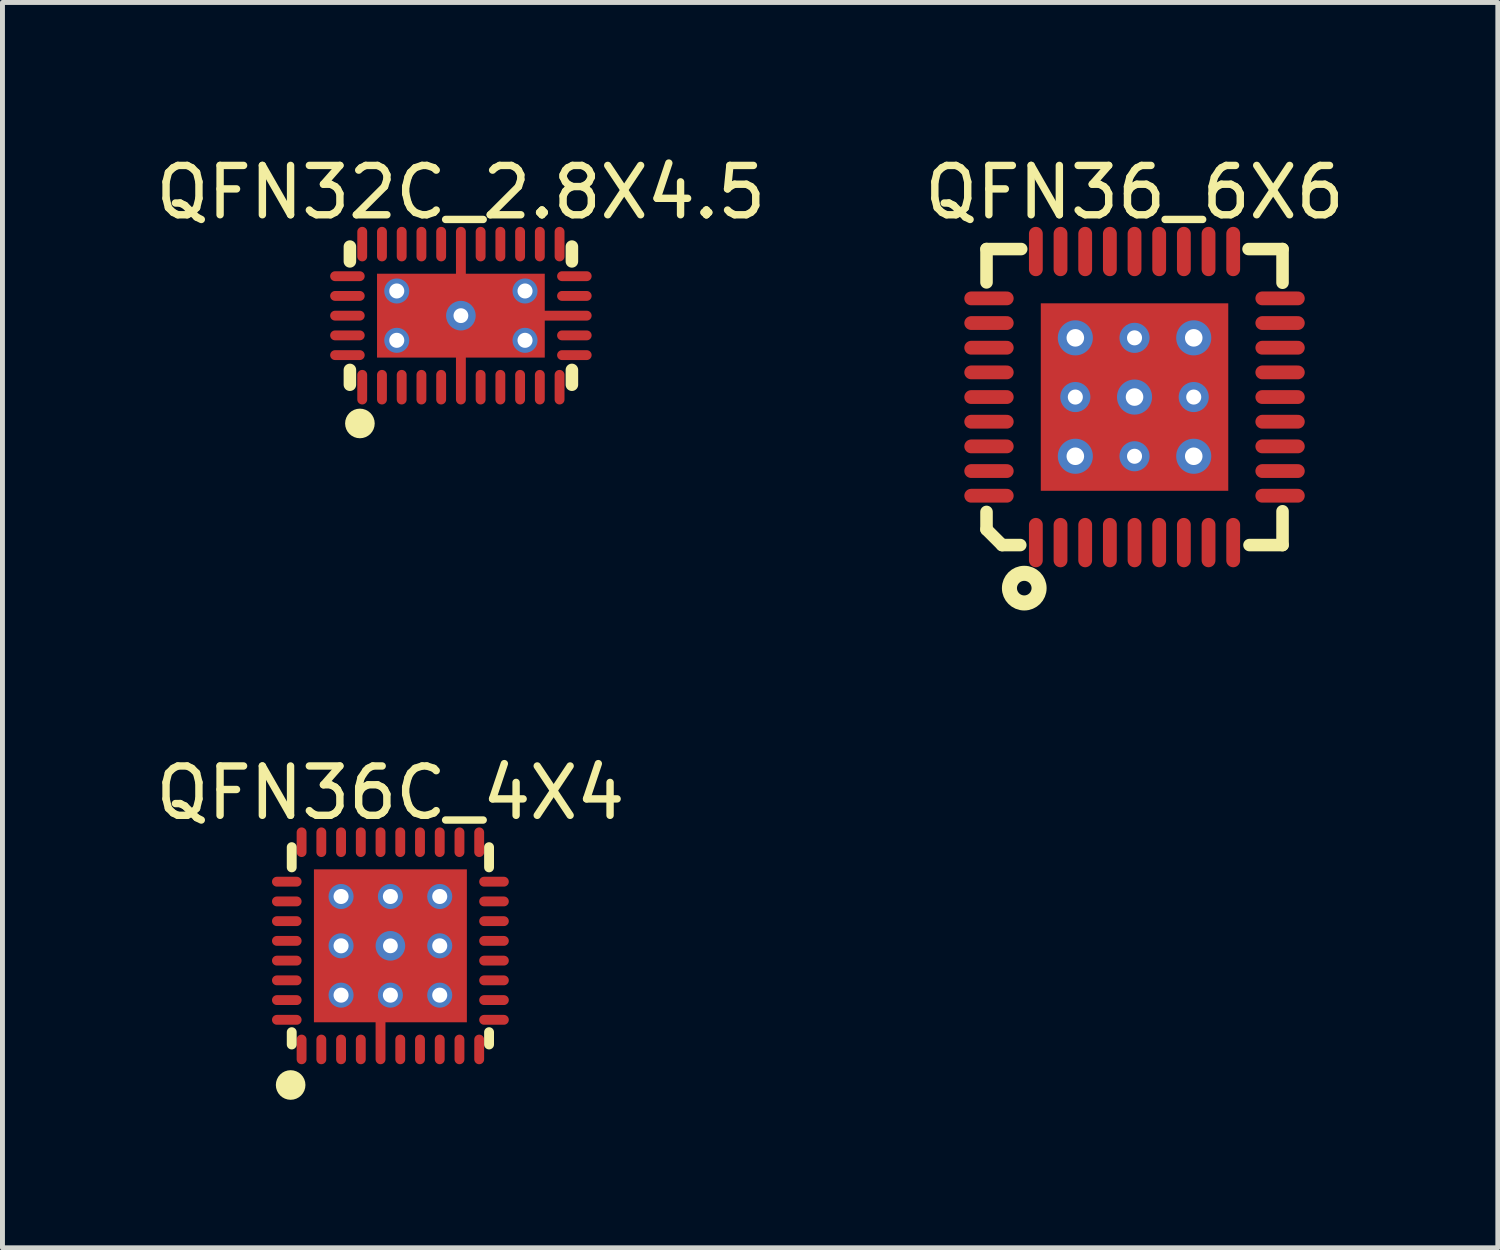
<source format=kicad_pcb>
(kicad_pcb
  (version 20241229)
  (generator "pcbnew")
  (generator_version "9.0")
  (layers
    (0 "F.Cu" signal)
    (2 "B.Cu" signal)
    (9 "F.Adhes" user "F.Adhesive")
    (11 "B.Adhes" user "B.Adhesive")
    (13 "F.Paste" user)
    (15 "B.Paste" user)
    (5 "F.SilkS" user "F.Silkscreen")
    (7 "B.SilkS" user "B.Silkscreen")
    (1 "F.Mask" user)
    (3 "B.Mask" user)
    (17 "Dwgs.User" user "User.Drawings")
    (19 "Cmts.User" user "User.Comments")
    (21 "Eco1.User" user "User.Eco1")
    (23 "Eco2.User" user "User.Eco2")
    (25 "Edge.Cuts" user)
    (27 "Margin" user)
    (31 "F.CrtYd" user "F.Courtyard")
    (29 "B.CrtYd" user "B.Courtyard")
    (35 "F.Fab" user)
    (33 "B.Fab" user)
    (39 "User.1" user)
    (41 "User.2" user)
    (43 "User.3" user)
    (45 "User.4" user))
  (footprint "QFN32C_2.8X4.5"
    (layer "F.Cu")
    (at 6.292 3.348)
    (property "Reference" "QFN32C_2.8X4.5" (at 0 -2.5 0) (layer "F.SilkS") (effects (font (size 1 1) (thickness 0.15))))
    (fp_line (start -2.25 -1.1) (end -2.25 -1.4) (stroke (width 0.254) (type solid)) (layer "F.SilkS"))
    (fp_line (start -2.25 1.4) (end -2.25 1.1) (stroke (width 0.254) (type solid)) (layer "F.SilkS"))
    (fp_line (start 2.25 -1.1) (end 2.25 -1.4) (stroke (width 0.254) (type solid)) (layer "F.SilkS"))
    (fp_line (start 2.25 1.4) (end 2.25 1.1) (stroke (width 0.254) (type solid)) (layer "F.SilkS"))
    (fp_circle (center -2.047 2.185) (end -2.047 2.035) (stroke (width 0.3) (type solid)) (fill no) (layer "F.SilkS"))
    (fp_line (start -2.25 -1.4) (end 2.25 -1.4) (stroke (width 0.2) (type solid)) (layer "Eco2.User"))
    (fp_line (start -2.25 1.4) (end -2.25 -1.4) (stroke (width 0.2) (type solid)) (layer "Eco2.User"))
    (fp_line (start -2.25 1.4) (end 2.25 1.4) (stroke (width 0.2) (type solid)) (layer "Eco2.User"))
    (fp_line (start 2.25 1.4) (end 2.25 -1.4) (stroke (width 0.2) (type solid)) (layer "Eco2.User"))
    (pad "0" thru_hole circle (at -1.3 -0.5) (size 0.508 0.508) (drill 0.305) (layers "*.Cu"))
    (pad "0" thru_hole circle (at -1.3 0.5) (size 0.508 0.508) (drill 0.305) (layers "*.Cu"))
    (pad "0" thru_hole circle (at 0 0 90) (size 0.6 0.6) (drill 0.3) (layers "*.Cu" "*.Mask"))
    (pad "0" smd rect (at 0 0 90) (size 1.7 3.4) (layers "F.Cu" "F.Mask" "F.Paste"))
    (pad "0" thru_hole circle (at 1.3 -0.5) (size 0.508 0.508) (drill 0.305) (layers "*.Cu"))
    (pad "0" thru_hole circle (at 1.3 0.5) (size 0.508 0.508) (drill 0.305) (layers "*.Cu"))
    (pad "1" smd oval (at -2 1.45 180) (size 0.2 0.7) (layers "F.Cu" "F.Mask" "F.Paste"))
    (pad "2" smd oval (at -1.6 1.45 180) (size 0.2 0.7) (layers "F.Cu" "F.Mask" "F.Paste"))
    (pad "3" smd oval (at -1.2 1.45 180) (size 0.2 0.7) (layers "F.Cu" "F.Mask" "F.Paste"))
    (pad "4" smd oval (at -0.8 1.45 180) (size 0.2 0.7) (layers "F.Cu" "F.Mask" "F.Paste"))
    (pad "5" smd oval (at -0.4 1.45 180) (size 0.2 0.7) (layers "F.Cu" "F.Mask" "F.Paste"))
    (pad "6" smd oval (at 0 1.05 180) (size 0.2 1.5) (layers "F.Cu" "F.Mask" "F.Paste"))
    (pad "7" smd oval (at 0.4 1.45 180) (size 0.2 0.7) (layers "F.Cu" "F.Mask" "F.Paste"))
    (pad "8" smd oval (at 0.8 1.45 180) (size 0.2 0.7) (layers "F.Cu" "F.Mask" "F.Paste"))
    (pad "9" smd oval (at 1.2 1.45 180) (size 0.2 0.7) (layers "F.Cu" "F.Mask" "F.Paste"))
    (pad "10" smd oval (at 1.6 1.45 180) (size 0.2 0.7) (layers "F.Cu" "F.Mask" "F.Paste"))
    (pad "11" smd oval (at 2 1.45 180) (size 0.2 0.7) (layers "F.Cu" "F.Mask" "F.Paste"))
    (pad "12" smd oval (at 2.3 0.8 270) (size 0.2 0.7) (layers "F.Cu" "F.Mask" "F.Paste"))
    (pad "13" smd oval (at 2.3 0.4 270) (size 0.2 0.7) (layers "F.Cu" "F.Mask" "F.Paste"))
    (pad "14" smd oval (at 1.9 0 270) (size 0.2 1.5) (layers "F.Cu" "F.Mask" "F.Paste"))
    (pad "15" smd oval (at 2.3 -0.4 270) (size 0.2 0.7) (layers "F.Cu" "F.Mask" "F.Paste"))
    (pad "16" smd oval (at 2.3 -0.8 270) (size 0.2 0.7) (layers "F.Cu" "F.Mask" "F.Paste"))
    (pad "17" smd oval (at 2 -1.45) (size 0.2 0.7) (layers "F.Cu" "F.Mask" "F.Paste"))
    (pad "18" smd oval (at 1.6 -1.45) (size 0.2 0.7) (layers "F.Cu" "F.Mask" "F.Paste"))
    (pad "19" smd oval (at 1.2 -1.45) (size 0.2 0.7) (layers "F.Cu" "F.Mask" "F.Paste"))
    (pad "20" smd oval (at 0.8 -1.45) (size 0.2 0.7) (layers "F.Cu" "F.Mask" "F.Paste"))
    (pad "21" smd oval (at 0.4 -1.45) (size 0.2 0.7) (layers "F.Cu" "F.Mask" "F.Paste"))
    (pad "22" smd oval (at -0.00001 -1.05) (size 0.2 1.5) (layers "F.Cu" "F.Mask" "F.Paste"))
    (pad "23" smd oval (at -0.4 -1.45) (size 0.2 0.7) (layers "F.Cu" "F.Mask" "F.Paste"))
    (pad "24" smd oval (at -0.8 -1.45) (size 0.2 0.7) (layers "F.Cu" "F.Mask" "F.Paste"))
    (pad "25" smd oval (at -1.2 -1.45) (size 0.2 0.7) (layers "F.Cu" "F.Mask" "F.Paste"))
    (pad "26" smd oval (at -1.6 -1.45) (size 0.2 0.7) (layers "F.Cu" "F.Mask" "F.Paste"))
    (pad "27" smd oval (at -2 -1.45) (size 0.2 0.7) (layers "F.Cu" "F.Mask" "F.Paste"))
    (pad "28" smd oval (at -2.3 -0.8 90) (size 0.2 0.7) (layers "F.Cu" "F.Mask" "F.Paste"))
    (pad "29" smd oval (at -2.3 -0.4 90) (size 0.2 0.7) (layers "F.Cu" "F.Mask" "F.Paste"))
    (pad "30" smd oval (at -2.3 0 90) (size 0.2 0.7) (layers "F.Cu" "F.Mask" "F.Paste"))
    (pad "31" smd oval (at -2.3 0.4 90) (size 0.2 0.7) (layers "F.Cu" "F.Mask" "F.Paste"))
    (pad "32" smd oval (at -2.3 0.8 90) (size 0.2 0.7) (layers "F.Cu" "F.Mask" "F.Paste")))
  (footprint "QFN36_6X6"
    (layer "F.Cu")
    (at 19.946 4.998)
    (property "Reference" "QFN36_6X6" (at 0 -4.15 0) (layer "F.SilkS") (effects (font (size 1 1) (thickness 0.15))))
    (fp_line (start -3 -3) (end -2.297 -3) (stroke (width 0.254) (type solid)) (layer "F.SilkS"))
    (fp_line (start -3 -2.324) (end -3 -3) (stroke (width 0.254) (type solid)) (layer "F.SilkS"))
    (fp_line (start -3 2.684) (end -3 2.328) (stroke (width 0.254) (type solid)) (layer "F.SilkS"))
    (fp_line (start -3 2.684) (end -2.684 3) (stroke (width 0.254) (type solid)) (layer "F.SilkS"))
    (fp_line (start -2.684 3) (end -2.316 3) (stroke (width 0.254) (type solid)) (layer "F.SilkS"))
    (fp_line (start 2.311 -3) (end 3 -3) (stroke (width 0.254) (type solid)) (layer "F.SilkS"))
    (fp_line (start 2.33 3) (end 3 3) (stroke (width 0.254) (type solid)) (layer "F.SilkS"))
    (fp_line (start 3 -2.317) (end 3 -3) (stroke (width 0.254) (type solid)) (layer "F.SilkS"))
    (fp_line (start 3 3) (end 3 2.315) (stroke (width 0.254) (type solid)) (layer "F.SilkS"))
    (fp_circle (center -2.235 3.873) (end -2.235 3.725) (stroke (width 0.305) (type solid)) (fill no) (layer "F.SilkS"))
    (pad "0" thru_hole circle (at -1.2 0) (size 0.61 0.61) (drill 0.305) (layers "*.Cu"))
    (pad "0" thru_hole circle (at -1.2 1.2 90) (size 0.711 0.711) (drill 0.356) (layers "*.Cu" "*.Mask"))
    (pad "0" thru_hole circle (at -1.2 -1.2 90) (size 0.711 0.711) (drill 0.356) (layers "*.Cu" "*.Mask"))
    (pad "0" thru_hole circle (at 0 -1.2) (size 0.61 0.61) (drill 0.305) (layers "*.Cu"))
    (pad "0" thru_hole circle (at 0 0 90) (size 0.711 0.711) (drill 0.356) (layers "*.Cu" "*.Mask"))
    (pad "0" smd rect (at 0 0 90) (size 3.8 3.8) (layers "F.Cu" "F.Mask" "F.Paste"))
    (pad "0" thru_hole circle (at 0 1.2) (size 0.61 0.61) (drill 0.305) (layers "*.Cu"))
    (pad "0" thru_hole circle (at 1.2 -1.2 90) (size 0.711 0.711) (drill 0.356) (layers "*.Cu" "*.Mask"))
    (pad "0" thru_hole circle (at 1.2 0) (size 0.61 0.61) (drill 0.305) (layers "*.Cu"))
    (pad "0" thru_hole circle (at 1.2 1.2 90) (size 0.711 0.711) (drill 0.356) (layers "*.Cu" "*.Mask"))
    (pad "1" smd oval (at -2 2.95 90) (size 1 0.28) (layers "F.Cu" "F.Mask" "F.Paste"))
    (pad "2" smd oval (at -1.5 2.95 90) (size 1 0.28) (layers "F.Cu" "F.Mask" "F.Paste"))
    (pad "3" smd oval (at -1 2.95 90) (size 1 0.28) (layers "F.Cu" "F.Mask" "F.Paste"))
    (pad "4" smd oval (at -0.5 2.95 90) (size 1 0.28) (layers "F.Cu" "F.Mask" "F.Paste"))
    (pad "5" smd oval (at 0 2.95 90) (size 1 0.28) (layers "F.Cu" "F.Mask" "F.Paste"))
    (pad "6" smd oval (at 0.5 2.95 90) (size 1 0.28) (layers "F.Cu" "F.Mask" "F.Paste"))
    (pad "7" smd oval (at 1 2.95 90) (size 1 0.28) (layers "F.Cu" "F.Mask" "F.Paste"))
    (pad "8" smd oval (at 1.5 2.95 90) (size 1 0.28) (layers "F.Cu" "F.Mask" "F.Paste"))
    (pad "9" smd oval (at 2 2.95 90) (size 1 0.28) (layers "F.Cu" "F.Mask" "F.Paste"))
    (pad "10" smd oval (at 2.95 2 180) (size 1 0.28) (layers "F.Cu" "F.Mask" "F.Paste"))
    (pad "11" smd oval (at 2.95 1.5 180) (size 1 0.28) (layers "F.Cu" "F.Mask" "F.Paste"))
    (pad "12" smd oval (at 2.95 1 180) (size 1 0.28) (layers "F.Cu" "F.Mask" "F.Paste"))
    (pad "13" smd oval (at 2.95 0.5 180) (size 1 0.28) (layers "F.Cu" "F.Mask" "F.Paste"))
    (pad "14" smd oval (at 2.95 0 180) (size 1 0.28) (layers "F.Cu" "F.Mask" "F.Paste"))
    (pad "15" smd oval (at 2.95 -0.5 180) (size 1 0.28) (layers "F.Cu" "F.Mask" "F.Paste"))
    (pad "16" smd oval (at 2.95 -1 180) (size 1 0.28) (layers "F.Cu" "F.Mask" "F.Paste"))
    (pad "17" smd oval (at 2.95 -1.5 180) (size 1 0.28) (layers "F.Cu" "F.Mask" "F.Paste"))
    (pad "18" smd oval (at 2.95 -2 180) (size 1 0.28) (layers "F.Cu" "F.Mask" "F.Paste"))
    (pad "19" smd oval (at 2 -2.95 270) (size 1 0.28) (layers "F.Cu" "F.Mask" "F.Paste"))
    (pad "20" smd oval (at 1.5 -2.95 270) (size 1 0.28) (layers "F.Cu" "F.Mask" "F.Paste"))
    (pad "21" smd oval (at 1 -2.95 270) (size 1 0.28) (layers "F.Cu" "F.Mask" "F.Paste"))
    (pad "22" smd oval (at 0.5 -2.95 270) (size 1 0.28) (layers "F.Cu" "F.Mask" "F.Paste"))
    (pad "23" smd oval (at 0 -2.95 270) (size 1 0.28) (layers "F.Cu" "F.Mask" "F.Paste"))
    (pad "24" smd oval (at -0.5 -2.95 270) (size 1 0.28) (layers "F.Cu" "F.Mask" "F.Paste"))
    (pad "25" smd oval (at -1 -2.95 270) (size 1 0.28) (layers "F.Cu" "F.Mask" "F.Paste"))
    (pad "26" smd oval (at -1.5 -2.95 270) (size 1 0.28) (layers "F.Cu" "F.Mask" "F.Paste"))
    (pad "27" smd oval (at -2 -2.95 270) (size 1 0.28) (layers "F.Cu" "F.Mask" "F.Paste"))
    (pad "28" smd oval (at -2.95 -2) (size 1 0.28) (layers "F.Cu" "F.Mask" "F.Paste"))
    (pad "29" smd oval (at -2.95 -1.5) (size 1 0.28) (layers "F.Cu" "F.Mask" "F.Paste"))
    (pad "30" smd oval (at -2.95 -1) (size 1 0.28) (layers "F.Cu" "F.Mask" "F.Paste"))
    (pad "31" smd oval (at -2.95 -0.5) (size 1 0.28) (layers "F.Cu" "F.Mask" "F.Paste"))
    (pad "32" smd oval (at -2.95 0) (size 1 0.28) (layers "F.Cu" "F.Mask" "F.Paste"))
    (pad "33" smd oval (at -2.95 0.5) (size 1 0.28) (layers "F.Cu" "F.Mask" "F.Paste"))
    (pad "34" smd oval (at -2.95 1) (size 1 0.28) (layers "F.Cu" "F.Mask" "F.Paste"))
    (pad "35" smd oval (at -2.95 1.5) (size 1 0.28) (layers "F.Cu" "F.Mask" "F.Paste"))
    (pad "36" smd oval (at -2.95 2) (size 1 0.28) (layers "F.Cu" "F.Mask" "F.Paste")))
  (footprint "QFN36C_4X4"
    (layer "F.Cu")
    (at 4.863 16.121)
    (property "Reference" "QFN36C_4X4" (at 0 -3.1 0) (layer "F.SilkS") (effects (font (size 1 1) (thickness 0.15))))
    (fp_line (start -2 -1.59) (end -2 -2) (stroke (width 0.2) (type solid)) (layer "F.SilkS"))
    (fp_line (start -2 2) (end -2 1.75) (stroke (width 0.2) (type solid)) (layer "F.SilkS"))
    (fp_line (start 2 -1.59) (end 2 -2) (stroke (width 0.2) (type solid)) (layer "F.SilkS"))
    (fp_line (start 2 2) (end 2 1.75) (stroke (width 0.2) (type solid)) (layer "F.SilkS"))
    (fp_circle (center -2.022 2.821) (end -2.022 2.671) (stroke (width 0.3) (type solid)) (fill no) (layer "F.SilkS"))
    (fp_line (start -2 -2) (end 2 -2) (stroke (width 0.2) (type solid)) (layer "Eco2.User"))
    (fp_line (start -2 2) (end -2 -2) (stroke (width 0.2) (type solid)) (layer "Eco2.User"))
    (fp_line (start -2 2) (end 2 2) (stroke (width 0.2) (type solid)) (layer "Eco2.User"))
    (fp_line (start 2 2) (end 2 -2) (stroke (width 0.2) (type solid)) (layer "Eco2.User"))
    (pad "0" thru_hole circle (at -1 -1) (size 0.508 0.508) (drill 0.305) (layers "*.Cu"))
    (pad "0" thru_hole circle (at -1 0) (size 0.508 0.508) (drill 0.305) (layers "*.Cu"))
    (pad "0" thru_hole circle (at -1 1) (size 0.508 0.508) (drill 0.305) (layers "*.Cu"))
    (pad "0" thru_hole circle (at 0 -1) (size 0.508 0.508) (drill 0.305) (layers "*.Cu"))
    (pad "0" thru_hole circle (at 0 0 90) (size 0.6 0.6) (drill 0.3) (layers "*.Cu" "*.Mask"))
    (pad "0" smd rect (at 0 0 90) (size 3.1 3.1) (layers "F.Cu" "F.Mask" "F.Paste"))
    (pad "0" thru_hole circle (at 0 1) (size 0.508 0.508) (drill 0.305) (layers "*.Cu"))
    (pad "0" thru_hole circle (at 1 -1) (size 0.508 0.508) (drill 0.305) (layers "*.Cu"))
    (pad "0" thru_hole circle (at 1 0) (size 0.508 0.508) (drill 0.305) (layers "*.Cu"))
    (pad "0" thru_hole circle (at 1 1) (size 0.508 0.508) (drill 0.305) (layers "*.Cu"))
    (pad "1" smd oval (at -1.8 2.1 180) (size 0.2 0.6) (layers "F.Cu" "F.Mask" "F.Paste"))
    (pad "2" smd oval (at -1.4 2.1 180) (size 0.2 0.6) (layers "F.Cu" "F.Mask" "F.Paste"))
    (pad "3" smd oval (at -1 2.1 180) (size 0.2 0.6) (layers "F.Cu" "F.Mask" "F.Paste"))
    (pad "4" smd oval (at -0.6 2.1 180) (size 0.2 0.6) (layers "F.Cu" "F.Mask" "F.Paste"))
    (pad "5" smd oval (at -0.2 1.9 180) (size 0.2 1) (layers "F.Cu" "F.Mask" "F.Paste"))
    (pad "6" smd oval (at 0.2 2.1 180) (size 0.2 0.6) (layers "F.Cu" "F.Mask" "F.Paste"))
    (pad "7" smd oval (at 0.6 2.1 180) (size 0.2 0.6) (layers "F.Cu" "F.Mask" "F.Paste"))
    (pad "8" smd oval (at 1 2.1 180) (size 0.2 0.6) (layers "F.Cu" "F.Mask" "F.Paste"))
    (pad "9" smd oval (at 1.4 2.1 180) (size 0.2 0.6) (layers "F.Cu" "F.Mask" "F.Paste"))
    (pad "10" smd oval (at 1.8 2.1 180) (size 0.2 0.6) (layers "F.Cu" "F.Mask" "F.Paste"))
    (pad "11" smd oval (at 2.1 1.5 270) (size 0.2 0.6) (layers "F.Cu" "F.Mask" "F.Paste"))
    (pad "12" smd oval (at 2.1 1.1 270) (size 0.2 0.6) (layers "F.Cu" "F.Mask" "F.Paste"))
    (pad "13" smd oval (at 2.1 0.7 270) (size 0.2 0.6) (layers "F.Cu" "F.Mask" "F.Paste"))
    (pad "14" smd oval (at 2.1 0.3 270) (size 0.2 0.6) (layers "F.Cu" "F.Mask" "F.Paste"))
    (pad "15" smd oval (at 2.1 -0.1 270) (size 0.2 0.6) (layers "F.Cu" "F.Mask" "F.Paste"))
    (pad "16" smd oval (at 2.1 -0.5 270) (size 0.2 0.6) (layers "F.Cu" "F.Mask" "F.Paste"))
    (pad "17" smd oval (at 2.1 -0.9 270) (size 0.2 0.6) (layers "F.Cu" "F.Mask" "F.Paste"))
    (pad "18" smd oval (at 2.1 -1.3 270) (size 0.2 0.6) (layers "F.Cu" "F.Mask" "F.Paste"))
    (pad "19" smd oval (at 1.8 -2.1) (size 0.2 0.6) (layers "F.Cu" "F.Mask" "F.Paste"))
    (pad "20" smd oval (at 1.4 -2.1) (size 0.2 0.6) (layers "F.Cu" "F.Mask" "F.Paste"))
    (pad "21" smd oval (at 1 -2.1) (size 0.2 0.6) (layers "F.Cu" "F.Mask" "F.Paste"))
    (pad "22" smd oval (at 0.6 -2.1) (size 0.2 0.6) (layers "F.Cu" "F.Mask" "F.Paste"))
    (pad "23" smd oval (at 0.2 -2.1) (size 0.2 0.6) (layers "F.Cu" "F.Mask" "F.Paste"))
    (pad "24" smd oval (at -0.2 -2.1) (size 0.2 0.6) (layers "F.Cu" "F.Mask" "F.Paste"))
    (pad "25" smd oval (at -0.6 -2.1) (size 0.2 0.6) (layers "F.Cu" "F.Mask" "F.Paste"))
    (pad "26" smd oval (at -1 -2.1) (size 0.2 0.6) (layers "F.Cu" "F.Mask" "F.Paste"))
    (pad "27" smd oval (at -1.4 -2.1) (size 0.2 0.6) (layers "F.Cu" "F.Mask" "F.Paste"))
    (pad "28" smd oval (at -1.8 -2.1) (size 0.2 0.6) (layers "F.Cu" "F.Mask" "F.Paste"))
    (pad "29" smd oval (at -2.1 -1.3 90) (size 0.2 0.6) (layers "F.Cu" "F.Mask" "F.Paste"))
    (pad "30" smd oval (at -2.1 -0.9 90) (size 0.2 0.6) (layers "F.Cu" "F.Mask" "F.Paste"))
    (pad "31" smd oval (at -2.1 -0.5 90) (size 0.2 0.6) (layers "F.Cu" "F.Mask" "F.Paste"))
    (pad "32" smd oval (at -2.1 -0.1 90) (size 0.2 0.6) (layers "F.Cu" "F.Mask" "F.Paste"))
    (pad "33" smd oval (at -2.1 0.3 90) (size 0.2 0.6) (layers "F.Cu" "F.Mask" "F.Paste"))
    (pad "34" smd oval (at -2.1 0.7 90) (size 0.2 0.6) (layers "F.Cu" "F.Mask" "F.Paste"))
    (pad "35" smd oval (at -2.1 1.1 90) (size 0.2 0.6) (layers "F.Cu" "F.Mask" "F.Paste"))
    (pad "36" smd oval (at -2.1 1.5 90) (size 0.2 0.6) (layers "F.Cu" "F.Mask" "F.Paste")))
  (gr_rect
    (start -3 -3)
    (end 27.31 22.242)
    (stroke (width 0.1) (type default))
    (fill no)
    (layer "Edge.Cuts")))
</source>
